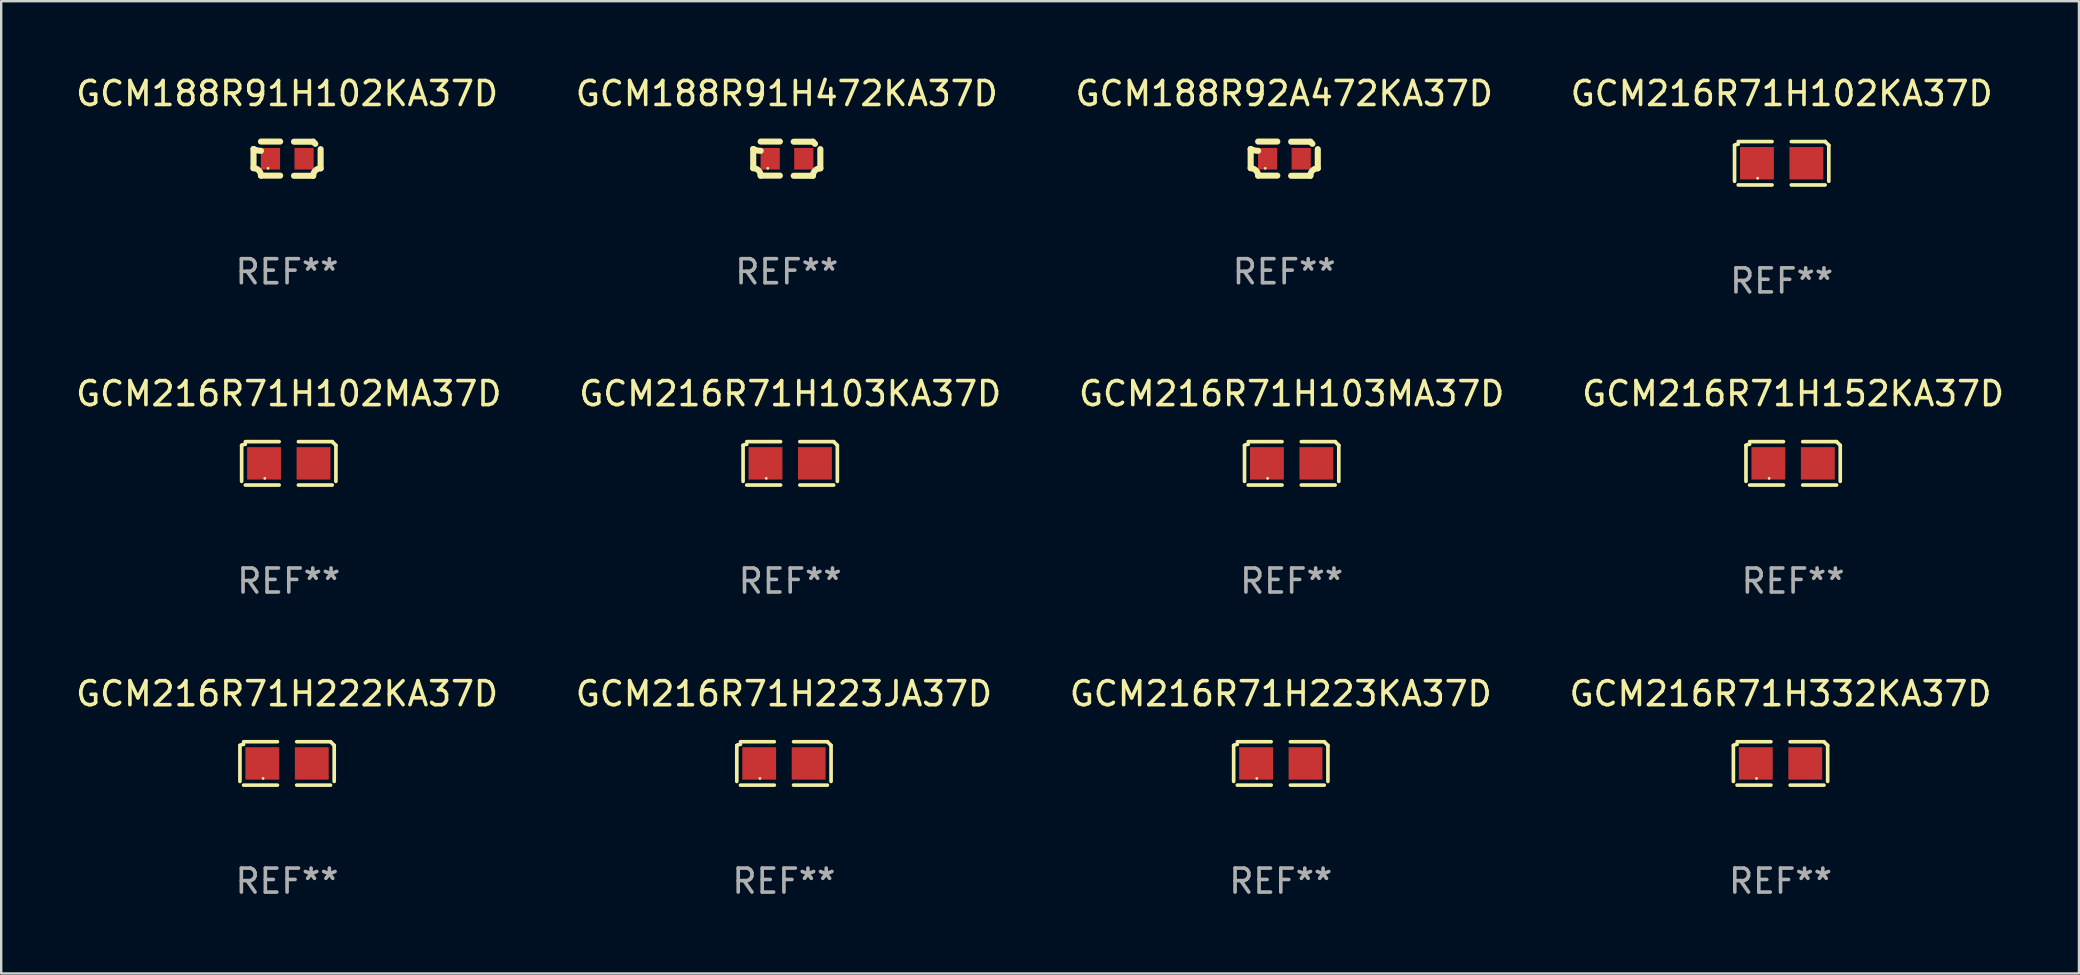
<source format=kicad_pcb>
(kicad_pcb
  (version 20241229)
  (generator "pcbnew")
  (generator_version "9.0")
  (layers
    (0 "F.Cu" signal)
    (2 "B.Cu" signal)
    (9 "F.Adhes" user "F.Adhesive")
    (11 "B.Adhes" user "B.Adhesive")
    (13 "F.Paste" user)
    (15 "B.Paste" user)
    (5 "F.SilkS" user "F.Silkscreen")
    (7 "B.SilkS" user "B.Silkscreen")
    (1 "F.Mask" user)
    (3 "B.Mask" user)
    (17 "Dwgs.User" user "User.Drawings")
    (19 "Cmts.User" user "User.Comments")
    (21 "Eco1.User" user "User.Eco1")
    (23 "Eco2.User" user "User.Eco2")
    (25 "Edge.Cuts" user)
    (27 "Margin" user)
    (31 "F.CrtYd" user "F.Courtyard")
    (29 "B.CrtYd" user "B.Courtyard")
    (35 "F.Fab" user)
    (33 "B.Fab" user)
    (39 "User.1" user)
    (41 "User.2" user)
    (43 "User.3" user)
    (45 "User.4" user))
  (footprint "GCM216R71H152KA37D"
    (layer "F.Cu")
    (at 71.661 16.256)
    (property "Reference" "GCM216R71H152KA37D" (at 0 -2.904 0) (layer "F.SilkS") (effects (font (size 1 1) (thickness 0.15))))
    (attr through_hole)
    (fp_line (start -1.964 0.751) (end -1.964 -0.751) (stroke (width 0.152) (type solid)) (layer "F.SilkS"))
    (fp_line (start -1.811 -0.904) (end -0.401 -0.904) (stroke (width 0.152) (type solid)) (layer "F.SilkS"))
    (fp_line (start -0.401 0.904) (end -1.811 0.904) (stroke (width 0.152) (type solid)) (layer "F.SilkS"))
    (fp_line (start 0.401 0.904) (end 1.811 0.904) (stroke (width 0.152) (type solid)) (layer "F.SilkS"))
    (fp_line (start 1.811 -0.904) (end 0.401 -0.904) (stroke (width 0.152) (type solid)) (layer "F.SilkS"))
    (fp_line (start 1.964 0.751) (end 1.964 -0.751) (stroke (width 0.152) (type solid)) (layer "F.SilkS"))
    (fp_arc (start -1.963602 -0.751207) (mid -1.890354 -0.783131) (end -1.811201 -0.794044) (stroke (width 0.1524) (type solid)) (layer "F.SilkS"))
    (fp_arc (start 1.811202 -0.903607) (mid 1.887413 -0.827418) (end 1.963602 -0.751207) (stroke (width 0.1524) (type solid)) (layer "F.SilkS"))
    (fp_circle (center -1 0.625) (end -0.97 0.625) (stroke (width 0.06) (type solid)) (fill no) (layer "F.SilkS"))
    (fp_text user "REF**" (at 0 4.904 0) (layer "F.Fab") (effects (font (size 1 1) (thickness 0.15))))
    (pad "1" smd rect (at -1.03 0) (size 1.41 1.35) (layers "F.Cu" "F.Mask" "F.Paste"))
    (pad "2" smd rect (at 1.03 0) (size 1.41 1.35) (layers "F.Cu" "F.Mask" "F.Paste")))
  (footprint "GCM188R91H102KA37D"
    (layer "F.Cu")
    (at 8.911 3.561)
    (property "Reference" "GCM188R91H102KA37D" (at 0 -2.713 0) (layer "F.SilkS") (effects (font (size 1 1) (thickness 0.15))))
    (attr through_hole)
    (fp_line (start -1.398 -0.403) (end -1.398 0.397) (stroke (width 0.254) (type solid)) (layer "F.SilkS"))
    (fp_line (start -0.288 -0.713) (end -1.088 -0.713) (stroke (width 0.254) (type solid)) (layer "F.SilkS"))
    (fp_line (start -0.288 0.707) (end -1.088 0.707) (stroke (width 0.254) (type solid)) (layer "F.SilkS"))
    (fp_line (start 0.288 -0.707) (end 1.088 -0.707) (stroke (width 0.254) (type solid)) (layer "F.SilkS"))
    (fp_line (start 0.288 0.713) (end 1.088 0.713) (stroke (width 0.254) (type solid)) (layer "F.SilkS"))
    (fp_line (start 1.398 -0.397) (end 1.398 0.403) (stroke (width 0.254) (type solid)) (layer "F.SilkS"))
    (fp_arc (start -1.397789 0.397066) (mid -1.178701 0.487826) (end -1.08796 0.706922) (stroke (width 0.254001) (type solid)) (layer "F.SilkS"))
    (fp_arc (start -1.08796 -0.327176) (mid -1.247436 -0.346384) (end -1.39779 -0.402908) (stroke (width 0.254001) (type solid)) (layer "F.SilkS"))
    (fp_arc (start 1.087909 0.712738) (mid 1.178656 0.493655) (end 1.397739 0.402908) (stroke (width 0.254001) (type solid)) (layer "F.SilkS"))
    (fp_arc (start 1.175925 -0.618926) (mid 1.131917 -0.662923) (end 1.08791 -0.706922) (stroke (width 0.254001) (type solid)) (layer "F.SilkS"))
    (fp_circle (center -0.792 0.403) (end -0.762 0.403) (stroke (width 0.06) (type solid)) (fill no) (layer "F.SilkS"))
    (fp_text user "REF**" (at 0 4.713 0) (layer "F.Fab") (effects (font (size 1 1) (thickness 0.15))))
    (pad "1" smd rect (at -0.692 0.003) (size 0.8 0.9) (layers "F.Cu" "F.Mask" "F.Paste"))
    (pad "2" smd rect (at 0.708 0.003) (size 0.8 0.9) (layers "F.Cu" "F.Mask" "F.Paste")))
  (footprint "GCM216R71H102MA37D"
    (layer "F.Cu")
    (at 8.982 16.256)
    (property "Reference" "GCM216R71H102MA37D" (at 0 -2.904 0) (layer "F.SilkS") (effects (font (size 1 1) (thickness 0.15))))
    (attr through_hole)
    (fp_line (start -1.964 0.751) (end -1.964 -0.751) (stroke (width 0.152) (type solid)) (layer "F.SilkS"))
    (fp_line (start -1.811 -0.904) (end -0.401 -0.904) (stroke (width 0.152) (type solid)) (layer "F.SilkS"))
    (fp_line (start -0.401 0.904) (end -1.811 0.904) (stroke (width 0.152) (type solid)) (layer "F.SilkS"))
    (fp_line (start 0.401 0.904) (end 1.811 0.904) (stroke (width 0.152) (type solid)) (layer "F.SilkS"))
    (fp_line (start 1.811 -0.904) (end 0.401 -0.904) (stroke (width 0.152) (type solid)) (layer "F.SilkS"))
    (fp_line (start 1.964 0.751) (end 1.964 -0.751) (stroke (width 0.152) (type solid)) (layer "F.SilkS"))
    (fp_arc (start -1.963602 -0.751207) (mid -1.890354 -0.783131) (end -1.811201 -0.794044) (stroke (width 0.1524) (type solid)) (layer "F.SilkS"))
    (fp_arc (start 1.811202 -0.903607) (mid 1.887413 -0.827418) (end 1.963602 -0.751207) (stroke (width 0.1524) (type solid)) (layer "F.SilkS"))
    (fp_circle (center -1 0.625) (end -0.97 0.625) (stroke (width 0.06) (type solid)) (fill no) (layer "F.SilkS"))
    (fp_text user "REF**" (at 0 4.904 0) (layer "F.Fab") (effects (font (size 1 1) (thickness 0.15))))
    (pad "1" smd rect (at -1.03 0) (size 1.41 1.35) (layers "F.Cu" "F.Mask" "F.Paste"))
    (pad "2" smd rect (at 1.03 0) (size 1.41 1.35) (layers "F.Cu" "F.Mask" "F.Paste")))
  (footprint "GCM188R91H472KA37D"
    (layer "F.Cu")
    (at 29.732 3.561)
    (property "Reference" "GCM188R91H472KA37D" (at 0 -2.713 0) (layer "F.SilkS") (effects (font (size 1 1) (thickness 0.15))))
    (attr through_hole)
    (fp_line (start -1.398 -0.403) (end -1.398 0.397) (stroke (width 0.254) (type solid)) (layer "F.SilkS"))
    (fp_line (start -0.288 -0.713) (end -1.088 -0.713) (stroke (width 0.254) (type solid)) (layer "F.SilkS"))
    (fp_line (start -0.288 0.707) (end -1.088 0.707) (stroke (width 0.254) (type solid)) (layer "F.SilkS"))
    (fp_line (start 0.288 -0.707) (end 1.088 -0.707) (stroke (width 0.254) (type solid)) (layer "F.SilkS"))
    (fp_line (start 0.288 0.713) (end 1.088 0.713) (stroke (width 0.254) (type solid)) (layer "F.SilkS"))
    (fp_line (start 1.398 -0.397) (end 1.398 0.403) (stroke (width 0.254) (type solid)) (layer "F.SilkS"))
    (fp_arc (start -1.397789 0.397066) (mid -1.178701 0.487826) (end -1.08796 0.706922) (stroke (width 0.254001) (type solid)) (layer "F.SilkS"))
    (fp_arc (start -1.08796 -0.327176) (mid -1.247436 -0.346384) (end -1.39779 -0.402908) (stroke (width 0.254001) (type solid)) (layer "F.SilkS"))
    (fp_arc (start 1.087909 0.712738) (mid 1.178656 0.493655) (end 1.397739 0.402908) (stroke (width 0.254001) (type solid)) (layer "F.SilkS"))
    (fp_arc (start 1.175925 -0.618926) (mid 1.131917 -0.662923) (end 1.08791 -0.706922) (stroke (width 0.254001) (type solid)) (layer "F.SilkS"))
    (fp_circle (center -0.792 0.403) (end -0.762 0.403) (stroke (width 0.06) (type solid)) (fill no) (layer "F.SilkS"))
    (fp_text user "REF**" (at 0 4.713 0) (layer "F.Fab") (effects (font (size 1 1) (thickness 0.15))))
    (pad "1" smd rect (at -0.692 0.003) (size 0.8 0.9) (layers "F.Cu" "F.Mask" "F.Paste"))
    (pad "2" smd rect (at 0.708 0.003) (size 0.8 0.9) (layers "F.Cu" "F.Mask" "F.Paste")))
  (footprint "GCM216R71H332KA37D"
    (layer "F.Cu")
    (at 71.137 28.759)
    (property "Reference" "GCM216R71H332KA37D" (at 0 -2.904 0) (layer "F.SilkS") (effects (font (size 1 1) (thickness 0.15))))
    (attr through_hole)
    (fp_line (start -1.964 0.751) (end -1.964 -0.751) (stroke (width 0.152) (type solid)) (layer "F.SilkS"))
    (fp_line (start -1.811 -0.904) (end -0.401 -0.904) (stroke (width 0.152) (type solid)) (layer "F.SilkS"))
    (fp_line (start -0.401 0.904) (end -1.811 0.904) (stroke (width 0.152) (type solid)) (layer "F.SilkS"))
    (fp_line (start 0.401 0.904) (end 1.811 0.904) (stroke (width 0.152) (type solid)) (layer "F.SilkS"))
    (fp_line (start 1.811 -0.904) (end 0.401 -0.904) (stroke (width 0.152) (type solid)) (layer "F.SilkS"))
    (fp_line (start 1.964 0.751) (end 1.964 -0.751) (stroke (width 0.152) (type solid)) (layer "F.SilkS"))
    (fp_arc (start -1.963602 -0.751207) (mid -1.890354 -0.783131) (end -1.811201 -0.794044) (stroke (width 0.1524) (type solid)) (layer "F.SilkS"))
    (fp_arc (start 1.811202 -0.903607) (mid 1.887413 -0.827418) (end 1.963602 -0.751207) (stroke (width 0.1524) (type solid)) (layer "F.SilkS"))
    (fp_circle (center -1 0.625) (end -0.97 0.625) (stroke (width 0.06) (type solid)) (fill no) (layer "F.SilkS"))
    (fp_text user "REF**" (at 0 4.904 0) (layer "F.Fab") (effects (font (size 1 1) (thickness 0.15))))
    (pad "1" smd rect (at -1.03 0) (size 1.41 1.35) (layers "F.Cu" "F.Mask" "F.Paste"))
    (pad "2" smd rect (at 1.03 0) (size 1.41 1.35) (layers "F.Cu" "F.Mask" "F.Paste")))
  (footprint "GCM216R71H223KA37D"
    (layer "F.Cu")
    (at 50.315 28.759)
    (property "Reference" "GCM216R71H223KA37D" (at 0 -2.904 0) (layer "F.SilkS") (effects (font (size 1 1) (thickness 0.15))))
    (attr through_hole)
    (fp_line (start -1.964 0.751) (end -1.964 -0.751) (stroke (width 0.152) (type solid)) (layer "F.SilkS"))
    (fp_line (start -1.811 -0.904) (end -0.401 -0.904) (stroke (width 0.152) (type solid)) (layer "F.SilkS"))
    (fp_line (start -0.401 0.904) (end -1.811 0.904) (stroke (width 0.152) (type solid)) (layer "F.SilkS"))
    (fp_line (start 0.401 0.904) (end 1.811 0.904) (stroke (width 0.152) (type solid)) (layer "F.SilkS"))
    (fp_line (start 1.811 -0.904) (end 0.401 -0.904) (stroke (width 0.152) (type solid)) (layer "F.SilkS"))
    (fp_line (start 1.964 0.751) (end 1.964 -0.751) (stroke (width 0.152) (type solid)) (layer "F.SilkS"))
    (fp_arc (start -1.963602 -0.751207) (mid -1.890354 -0.783131) (end -1.811201 -0.794044) (stroke (width 0.1524) (type solid)) (layer "F.SilkS"))
    (fp_arc (start 1.811202 -0.903607) (mid 1.887413 -0.827418) (end 1.963602 -0.751207) (stroke (width 0.1524) (type solid)) (layer "F.SilkS"))
    (fp_circle (center -1 0.625) (end -0.97 0.625) (stroke (width 0.06) (type solid)) (fill no) (layer "F.SilkS"))
    (fp_text user "REF**" (at 0 4.904 0) (layer "F.Fab") (effects (font (size 1 1) (thickness 0.15))))
    (pad "1" smd rect (at -1.03 0) (size 1.41 1.35) (layers "F.Cu" "F.Mask" "F.Paste"))
    (pad "2" smd rect (at 1.03 0) (size 1.41 1.35) (layers "F.Cu" "F.Mask" "F.Paste")))
  (footprint "GCM216R71H103KA37D"
    (layer "F.Cu")
    (at 29.875 16.256)
    (property "Reference" "GCM216R71H103KA37D" (at 0 -2.904 0) (layer "F.SilkS") (effects (font (size 1 1) (thickness 0.15))))
    (attr through_hole)
    (fp_line (start -1.964 0.751) (end -1.964 -0.751) (stroke (width 0.152) (type solid)) (layer "F.SilkS"))
    (fp_line (start -1.811 -0.904) (end -0.401 -0.904) (stroke (width 0.152) (type solid)) (layer "F.SilkS"))
    (fp_line (start -0.401 0.904) (end -1.811 0.904) (stroke (width 0.152) (type solid)) (layer "F.SilkS"))
    (fp_line (start 0.401 0.904) (end 1.811 0.904) (stroke (width 0.152) (type solid)) (layer "F.SilkS"))
    (fp_line (start 1.811 -0.904) (end 0.401 -0.904) (stroke (width 0.152) (type solid)) (layer "F.SilkS"))
    (fp_line (start 1.964 0.751) (end 1.964 -0.751) (stroke (width 0.152) (type solid)) (layer "F.SilkS"))
    (fp_arc (start -1.963602 -0.751207) (mid -1.890354 -0.783131) (end -1.811201 -0.794044) (stroke (width 0.1524) (type solid)) (layer "F.SilkS"))
    (fp_arc (start 1.811202 -0.903607) (mid 1.887413 -0.827418) (end 1.963602 -0.751207) (stroke (width 0.1524) (type solid)) (layer "F.SilkS"))
    (fp_circle (center -1 0.625) (end -0.97 0.625) (stroke (width 0.06) (type solid)) (fill no) (layer "F.SilkS"))
    (fp_text user "REF**" (at 0 4.904 0) (layer "F.Fab") (effects (font (size 1 1) (thickness 0.15))))
    (pad "1" smd rect (at -1.03 0) (size 1.41 1.35) (layers "F.Cu" "F.Mask" "F.Paste"))
    (pad "2" smd rect (at 1.03 0) (size 1.41 1.35) (layers "F.Cu" "F.Mask" "F.Paste")))
  (footprint "GCM216R71H102KA37D"
    (layer "F.Cu")
    (at 71.185 3.752)
    (property "Reference" "GCM216R71H102KA37D" (at 0 -2.904 0) (layer "F.SilkS") (effects (font (size 1 1) (thickness 0.15))))
    (attr through_hole)
    (fp_line (start -1.964 0.751) (end -1.964 -0.751) (stroke (width 0.152) (type solid)) (layer "F.SilkS"))
    (fp_line (start -1.811 -0.904) (end -0.401 -0.904) (stroke (width 0.152) (type solid)) (layer "F.SilkS"))
    (fp_line (start -0.401 0.904) (end -1.811 0.904) (stroke (width 0.152) (type solid)) (layer "F.SilkS"))
    (fp_line (start 0.401 0.904) (end 1.811 0.904) (stroke (width 0.152) (type solid)) (layer "F.SilkS"))
    (fp_line (start 1.811 -0.904) (end 0.401 -0.904) (stroke (width 0.152) (type solid)) (layer "F.SilkS"))
    (fp_line (start 1.964 0.751) (end 1.964 -0.751) (stroke (width 0.152) (type solid)) (layer "F.SilkS"))
    (fp_arc (start -1.963602 -0.751207) (mid -1.890354 -0.783131) (end -1.811201 -0.794044) (stroke (width 0.1524) (type solid)) (layer "F.SilkS"))
    (fp_arc (start 1.811202 -0.903607) (mid 1.887413 -0.827418) (end 1.963602 -0.751207) (stroke (width 0.1524) (type solid)) (layer "F.SilkS"))
    (fp_circle (center -1 0.625) (end -0.97 0.625) (stroke (width 0.06) (type solid)) (fill no) (layer "F.SilkS"))
    (fp_text user "REF**" (at 0 4.904 0) (layer "F.Fab") (effects (font (size 1 1) (thickness 0.15))))
    (pad "1" smd rect (at -1.03 0) (size 1.41 1.35) (layers "F.Cu" "F.Mask" "F.Paste"))
    (pad "2" smd rect (at 1.03 0) (size 1.41 1.35) (layers "F.Cu" "F.Mask" "F.Paste")))
  (footprint "GCM216R71H222KA37D"
    (layer "F.Cu")
    (at 8.911 28.759)
    (property "Reference" "GCM216R71H222KA37D" (at 0 -2.904 0) (layer "F.SilkS") (effects (font (size 1 1) (thickness 0.15))))
    (attr through_hole)
    (fp_line (start -1.964 0.751) (end -1.964 -0.751) (stroke (width 0.152) (type solid)) (layer "F.SilkS"))
    (fp_line (start -1.811 -0.904) (end -0.401 -0.904) (stroke (width 0.152) (type solid)) (layer "F.SilkS"))
    (fp_line (start -0.401 0.904) (end -1.811 0.904) (stroke (width 0.152) (type solid)) (layer "F.SilkS"))
    (fp_line (start 0.401 0.904) (end 1.811 0.904) (stroke (width 0.152) (type solid)) (layer "F.SilkS"))
    (fp_line (start 1.811 -0.904) (end 0.401 -0.904) (stroke (width 0.152) (type solid)) (layer "F.SilkS"))
    (fp_line (start 1.964 0.751) (end 1.964 -0.751) (stroke (width 0.152) (type solid)) (layer "F.SilkS"))
    (fp_arc (start -1.963602 -0.751207) (mid -1.890354 -0.783131) (end -1.811201 -0.794044) (stroke (width 0.1524) (type solid)) (layer "F.SilkS"))
    (fp_arc (start 1.811202 -0.903607) (mid 1.887413 -0.827418) (end 1.963602 -0.751207) (stroke (width 0.1524) (type solid)) (layer "F.SilkS"))
    (fp_circle (center -1 0.625) (end -0.97 0.625) (stroke (width 0.06) (type solid)) (fill no) (layer "F.SilkS"))
    (fp_text user "REF**" (at 0 4.904 0) (layer "F.Fab") (effects (font (size 1 1) (thickness 0.15))))
    (pad "1" smd rect (at -1.03 0) (size 1.41 1.35) (layers "F.Cu" "F.Mask" "F.Paste"))
    (pad "2" smd rect (at 1.03 0) (size 1.41 1.35) (layers "F.Cu" "F.Mask" "F.Paste")))
  (footprint "GCM216R71H103MA37D"
    (layer "F.Cu")
    (at 50.768 16.256)
    (property "Reference" "GCM216R71H103MA37D" (at 0 -2.904 0) (layer "F.SilkS") (effects (font (size 1 1) (thickness 0.15))))
    (attr through_hole)
    (fp_line (start -1.964 0.751) (end -1.964 -0.751) (stroke (width 0.152) (type solid)) (layer "F.SilkS"))
    (fp_line (start -1.811 -0.904) (end -0.401 -0.904) (stroke (width 0.152) (type solid)) (layer "F.SilkS"))
    (fp_line (start -0.401 0.904) (end -1.811 0.904) (stroke (width 0.152) (type solid)) (layer "F.SilkS"))
    (fp_line (start 0.401 0.904) (end 1.811 0.904) (stroke (width 0.152) (type solid)) (layer "F.SilkS"))
    (fp_line (start 1.811 -0.904) (end 0.401 -0.904) (stroke (width 0.152) (type solid)) (layer "F.SilkS"))
    (fp_line (start 1.964 0.751) (end 1.964 -0.751) (stroke (width 0.152) (type solid)) (layer "F.SilkS"))
    (fp_arc (start -1.963602 -0.751207) (mid -1.890354 -0.783131) (end -1.811201 -0.794044) (stroke (width 0.1524) (type solid)) (layer "F.SilkS"))
    (fp_arc (start 1.811202 -0.903607) (mid 1.887413 -0.827418) (end 1.963602 -0.751207) (stroke (width 0.1524) (type solid)) (layer "F.SilkS"))
    (fp_circle (center -1 0.625) (end -0.97 0.625) (stroke (width 0.06) (type solid)) (fill no) (layer "F.SilkS"))
    (fp_text user "REF**" (at 0 4.904 0) (layer "F.Fab") (effects (font (size 1 1) (thickness 0.15))))
    (pad "1" smd rect (at -1.03 0) (size 1.41 1.35) (layers "F.Cu" "F.Mask" "F.Paste"))
    (pad "2" smd rect (at 1.03 0) (size 1.41 1.35) (layers "F.Cu" "F.Mask" "F.Paste")))
  (footprint "GCM188R92A472KA37D"
    (layer "F.Cu")
    (at 50.458 3.561)
    (property "Reference" "GCM188R92A472KA37D" (at 0 -2.713 0) (layer "F.SilkS") (effects (font (size 1 1) (thickness 0.15))))
    (attr through_hole)
    (fp_line (start -1.398 -0.403) (end -1.398 0.397) (stroke (width 0.254) (type solid)) (layer "F.SilkS"))
    (fp_line (start -0.288 -0.713) (end -1.088 -0.713) (stroke (width 0.254) (type solid)) (layer "F.SilkS"))
    (fp_line (start -0.288 0.707) (end -1.088 0.707) (stroke (width 0.254) (type solid)) (layer "F.SilkS"))
    (fp_line (start 0.288 -0.707) (end 1.088 -0.707) (stroke (width 0.254) (type solid)) (layer "F.SilkS"))
    (fp_line (start 0.288 0.713) (end 1.088 0.713) (stroke (width 0.254) (type solid)) (layer "F.SilkS"))
    (fp_line (start 1.398 -0.397) (end 1.398 0.403) (stroke (width 0.254) (type solid)) (layer "F.SilkS"))
    (fp_arc (start -1.397789 0.397066) (mid -1.178701 0.487826) (end -1.08796 0.706922) (stroke (width 0.254001) (type solid)) (layer "F.SilkS"))
    (fp_arc (start -1.08796 -0.327176) (mid -1.247436 -0.346384) (end -1.39779 -0.402908) (stroke (width 0.254001) (type solid)) (layer "F.SilkS"))
    (fp_arc (start 1.087909 0.712738) (mid 1.178656 0.493655) (end 1.397739 0.402908) (stroke (width 0.254001) (type solid)) (layer "F.SilkS"))
    (fp_arc (start 1.175925 -0.618926) (mid 1.131917 -0.662923) (end 1.08791 -0.706922) (stroke (width 0.254001) (type solid)) (layer "F.SilkS"))
    (fp_circle (center -0.792 0.403) (end -0.762 0.403) (stroke (width 0.06) (type solid)) (fill no) (layer "F.SilkS"))
    (fp_text user "REF**" (at 0 4.713 0) (layer "F.Fab") (effects (font (size 1 1) (thickness 0.15))))
    (pad "1" smd rect (at -0.692 0.003) (size 0.8 0.9) (layers "F.Cu" "F.Mask" "F.Paste"))
    (pad "2" smd rect (at 0.708 0.003) (size 0.8 0.9) (layers "F.Cu" "F.Mask" "F.Paste")))
  (footprint "GCM216R71H223JA37D"
    (layer "F.Cu")
    (at 29.613 28.759)
    (property "Reference" "GCM216R71H223JA37D" (at 0 -2.904 0) (layer "F.SilkS") (effects (font (size 1 1) (thickness 0.15))))
    (attr through_hole)
    (fp_line (start -1.964 0.751) (end -1.964 -0.751) (stroke (width 0.152) (type solid)) (layer "F.SilkS"))
    (fp_line (start -1.811 -0.904) (end -0.401 -0.904) (stroke (width 0.152) (type solid)) (layer "F.SilkS"))
    (fp_line (start -0.401 0.904) (end -1.811 0.904) (stroke (width 0.152) (type solid)) (layer "F.SilkS"))
    (fp_line (start 0.401 0.904) (end 1.811 0.904) (stroke (width 0.152) (type solid)) (layer "F.SilkS"))
    (fp_line (start 1.811 -0.904) (end 0.401 -0.904) (stroke (width 0.152) (type solid)) (layer "F.SilkS"))
    (fp_line (start 1.964 0.751) (end 1.964 -0.751) (stroke (width 0.152) (type solid)) (layer "F.SilkS"))
    (fp_arc (start -1.963602 -0.751207) (mid -1.890354 -0.783131) (end -1.811201 -0.794044) (stroke (width 0.1524) (type solid)) (layer "F.SilkS"))
    (fp_arc (start 1.811202 -0.903607) (mid 1.887413 -0.827418) (end 1.963602 -0.751207) (stroke (width 0.1524) (type solid)) (layer "F.SilkS"))
    (fp_circle (center -1 0.625) (end -0.97 0.625) (stroke (width 0.06) (type solid)) (fill no) (layer "F.SilkS"))
    (fp_text user "REF**" (at 0 4.904 0) (layer "F.Fab") (effects (font (size 1 1) (thickness 0.15))))
    (pad "1" smd rect (at -1.03 0) (size 1.41 1.35) (layers "F.Cu" "F.Mask" "F.Paste"))
    (pad "2" smd rect (at 1.03 0) (size 1.41 1.35) (layers "F.Cu" "F.Mask" "F.Paste")))
  (gr_rect
    (start -3 -3)
    (end 83.571 37.511)
    (stroke (width 0.1) (type default))
    (fill no)
    (layer "Edge.Cuts")))
</source>
